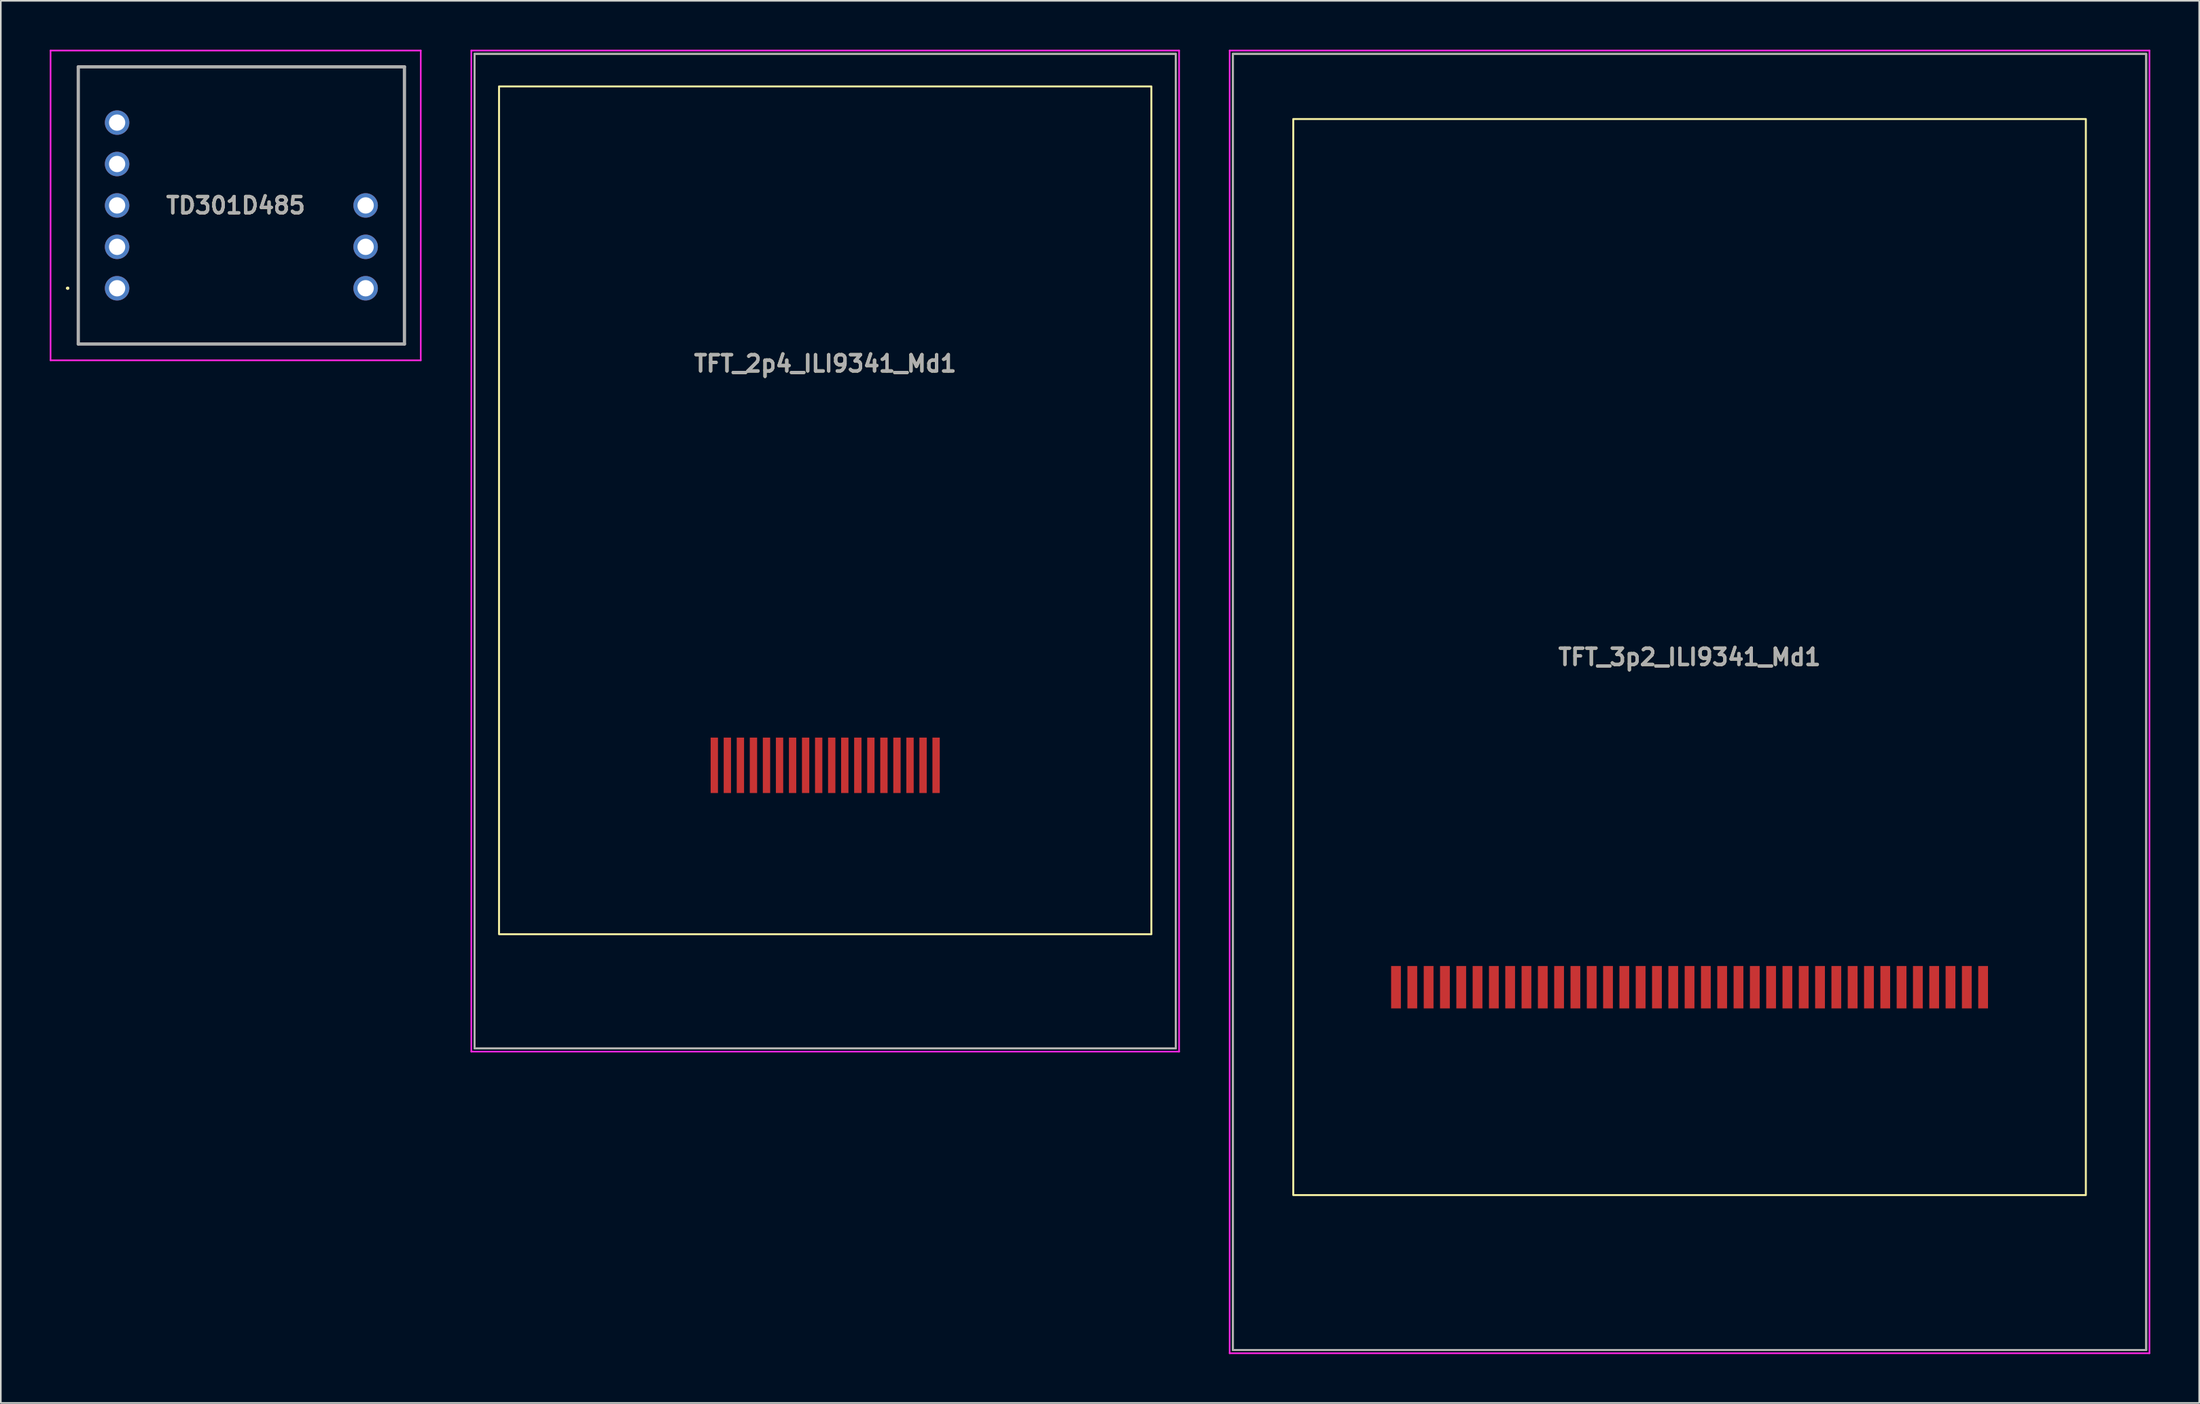
<source format=kicad_pcb>
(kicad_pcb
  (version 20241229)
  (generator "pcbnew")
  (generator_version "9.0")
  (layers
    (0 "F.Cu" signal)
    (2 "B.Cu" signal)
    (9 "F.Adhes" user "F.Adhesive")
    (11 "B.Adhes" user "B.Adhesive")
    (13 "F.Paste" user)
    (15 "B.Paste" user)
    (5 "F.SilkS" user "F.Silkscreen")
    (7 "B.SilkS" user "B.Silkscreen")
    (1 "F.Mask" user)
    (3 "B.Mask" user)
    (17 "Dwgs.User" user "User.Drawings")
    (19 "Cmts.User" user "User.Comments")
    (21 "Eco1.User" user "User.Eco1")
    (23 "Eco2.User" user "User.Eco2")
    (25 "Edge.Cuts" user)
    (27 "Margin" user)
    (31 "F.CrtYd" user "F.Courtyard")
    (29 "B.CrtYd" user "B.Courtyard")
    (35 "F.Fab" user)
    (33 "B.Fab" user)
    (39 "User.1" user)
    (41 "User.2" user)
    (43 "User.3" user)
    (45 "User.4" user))
  (footprint "TFT_3p2_ILI9341_Md1"
    (layer "F.Cu")
    (at 100.55 37.25)
    (property "Reference" "TFT_3p2_ILI9341_Md1" (at 0 0 0) (layer "F.SilkS") (effects (font (size 1 1) (thickness 0.2))))
    (attr smd)
    (fp_rect (start -28 -37) (end 28 42.5) (stroke (width 0.12) (type solid)) (fill no) (layer "F.SilkS"))
    (fp_rect (start -24.3 -33) (end 24.3 33) (stroke (width 0.12) (type solid)) (fill no) (layer "F.SilkS"))
    (fp_line (start -28.2 -37.2) (end -28.2 42.7) (stroke (width 0.1) (type solid)) (layer "F.CrtYd"))
    (fp_line (start -28.2 -37.2) (end 28.2 -37.2) (stroke (width 0.1) (type solid)) (layer "F.CrtYd"))
    (fp_line (start -28.2 42.7) (end 28.2 42.7) (stroke (width 0.1) (type solid)) (layer "F.CrtYd"))
    (fp_line (start 28.2 -37.2) (end 28.2 42.7) (stroke (width 0.1) (type solid)) (layer "F.CrtYd"))
    (fp_line (start -28 -37) (end -28 42.5) (stroke (width 0.12) (type solid)) (layer "F.Fab"))
    (fp_line (start -28 -37) (end 28 -37) (stroke (width 0.12) (type solid)) (layer "F.Fab"))
    (fp_line (start 28 42.5) (end -28 42.5) (stroke (width 0.12) (type solid)) (layer "F.Fab"))
    (fp_line (start 28 42.5) (end 28 -37) (stroke (width 0.12) (type solid)) (layer "F.Fab"))
    (fp_text user "${REFERENCE}" (at 0 0 0) (layer "F.Fab") (effects (font (size 1 1) (thickness 0.2))))
    (pad "1" smd rect (at -18 20.25 180) (size 0.6 2.6) (layers "F.Cu" "F.Mask" "F.Paste"))
    (pad "2" smd rect (at -17 20.25 180) (size 0.6 2.6) (layers "F.Cu" "F.Mask" "F.Paste"))
    (pad "3" smd rect (at -16 20.25 180) (size 0.6 2.6) (layers "F.Cu" "F.Mask" "F.Paste"))
    (pad "4" smd rect (at -15 20.25 180) (size 0.6 2.6) (layers "F.Cu" "F.Mask" "F.Paste"))
    (pad "5" smd rect (at -14 20.25 180) (size 0.6 2.6) (layers "F.Cu" "F.Mask" "F.Paste"))
    (pad "6" smd rect (at -13 20.25 180) (size 0.6 2.6) (layers "F.Cu" "F.Mask" "F.Paste"))
    (pad "7" smd rect (at -12 20.25 180) (size 0.6 2.6) (layers "F.Cu" "F.Mask" "F.Paste"))
    (pad "8" smd rect (at -11 20.25 180) (size 0.6 2.6) (layers "F.Cu" "F.Mask" "F.Paste"))
    (pad "9" smd rect (at -10 20.25 180) (size 0.6 2.6) (layers "F.Cu" "F.Mask" "F.Paste"))
    (pad "10" smd rect (at -9 20.25 180) (size 0.6 2.6) (layers "F.Cu" "F.Mask" "F.Paste"))
    (pad "11" smd rect (at -8 20.25 180) (size 0.6 2.6) (layers "F.Cu" "F.Mask" "F.Paste"))
    (pad "12" smd rect (at -7 20.25 180) (size 0.6 2.6) (layers "F.Cu" "F.Mask" "F.Paste"))
    (pad "13" smd rect (at -6 20.25 180) (size 0.6 2.6) (layers "F.Cu" "F.Mask" "F.Paste"))
    (pad "14" smd rect (at -5 20.25 180) (size 0.6 2.6) (layers "F.Cu" "F.Mask" "F.Paste"))
    (pad "15" smd rect (at -4 20.25 180) (size 0.6 2.6) (layers "F.Cu" "F.Mask" "F.Paste"))
    (pad "16" smd rect (at -3 20.25 180) (size 0.6 2.6) (layers "F.Cu" "F.Mask" "F.Paste"))
    (pad "17" smd rect (at -2 20.25 180) (size 0.6 2.6) (layers "F.Cu" "F.Mask" "F.Paste"))
    (pad "18" smd rect (at -1 20.25 180) (size 0.6 2.6) (layers "F.Cu" "F.Mask" "F.Paste"))
    (pad "19" smd rect (at 0 20.25 180) (size 0.6 2.6) (layers "F.Cu" "F.Mask" "F.Paste"))
    (pad "20" smd rect (at 1 20.25 180) (size 0.6 2.6) (layers "F.Cu" "F.Mask" "F.Paste"))
    (pad "21" smd rect (at 2 20.25 180) (size 0.6 2.6) (layers "F.Cu" "F.Mask" "F.Paste"))
    (pad "22" smd rect (at 3 20.25 180) (size 0.6 2.6) (layers "F.Cu" "F.Mask" "F.Paste"))
    (pad "23" smd rect (at 4 20.25 180) (size 0.6 2.6) (layers "F.Cu" "F.Mask" "F.Paste"))
    (pad "24" smd rect (at 5 20.25 180) (size 0.6 2.6) (layers "F.Cu" "F.Mask" "F.Paste"))
    (pad "25" smd rect (at 6 20.25 180) (size 0.6 2.6) (layers "F.Cu" "F.Mask" "F.Paste"))
    (pad "26" smd rect (at 7 20.25 180) (size 0.6 2.6) (layers "F.Cu" "F.Mask" "F.Paste"))
    (pad "27" smd rect (at 8 20.25 180) (size 0.6 2.6) (layers "F.Cu" "F.Mask" "F.Paste"))
    (pad "28" smd rect (at 9 20.25 180) (size 0.6 2.6) (layers "F.Cu" "F.Mask" "F.Paste"))
    (pad "29" smd rect (at 10 20.25 180) (size 0.6 2.6) (layers "F.Cu" "F.Mask" "F.Paste"))
    (pad "30" smd rect (at 11 20.25 180) (size 0.6 2.6) (layers "F.Cu" "F.Mask" "F.Paste"))
    (pad "31" smd rect (at 12 20.25 180) (size 0.6 2.6) (layers "F.Cu" "F.Mask" "F.Paste"))
    (pad "32" smd rect (at 13 20.25 180) (size 0.6 2.6) (layers "F.Cu" "F.Mask" "F.Paste"))
    (pad "33" smd rect (at 14 20.25 180) (size 0.6 2.6) (layers "F.Cu" "F.Mask" "F.Paste"))
    (pad "34" smd rect (at 15 20.25 180) (size 0.6 2.6) (layers "F.Cu" "F.Mask" "F.Paste"))
    (pad "35" smd rect (at 16 20.25 180) (size 0.6 2.6) (layers "F.Cu" "F.Mask" "F.Paste"))
    (pad "36" smd rect (at 17 20.25 180) (size 0.6 2.6) (layers "F.Cu" "F.Mask" "F.Paste"))
    (pad "37" smd rect (at 18 20.25 180) (size 0.6 2.6) (layers "F.Cu" "F.Mask" "F.Paste")))
  (footprint "TFT_2p4_ILI9341_Md1"
    (layer "F.Cu")
    (at 47.55 19.25)
    (property "Reference" "TFT_2p4_ILI9341_Md1" (at 0 0 0) (layer "F.SilkS") (effects (font (size 1 1) (thickness 0.2))))
    (attr smd)
    (fp_rect (start -21.5 -19) (end 21.5 42) (stroke (width 0.12) (type solid)) (fill no) (layer "F.SilkS"))
    (fp_rect (start -20 -17) (end 20 35) (stroke (width 0.12) (type solid)) (fill no) (layer "F.SilkS"))
    (fp_line (start -21.7 -19.2) (end -21.7 42.2) (stroke (width 0.1) (type solid)) (layer "F.CrtYd"))
    (fp_line (start -21.7 -19.2) (end 21.7 -19.2) (stroke (width 0.1) (type solid)) (layer "F.CrtYd"))
    (fp_line (start -21.7 42.2) (end 21.7 42.2) (stroke (width 0.1) (type solid)) (layer "F.CrtYd"))
    (fp_line (start 21.7 -19.2) (end 21.7 42.2) (stroke (width 0.1) (type solid)) (layer "F.CrtYd"))
    (fp_line (start -21.5 -19) (end -21.5 42) (stroke (width 0.12) (type solid)) (layer "F.Fab"))
    (fp_line (start -21.5 -19) (end 21.5 -19) (stroke (width 0.12) (type solid)) (layer "F.Fab"))
    (fp_line (start 21.5 42) (end -21.5 42) (stroke (width 0.12) (type solid)) (layer "F.Fab"))
    (fp_line (start 21.5 42) (end 21.5 -19) (stroke (width 0.12) (type solid)) (layer "F.Fab"))
    (fp_text user "${REFERENCE}" (at 0 0 0) (layer "F.Fab") (effects (font (size 1 1) (thickness 0.2))))
    (pad "1" smd rect (at -6.8 24.64 180) (size 0.45 3.4) (layers "F.Cu" "F.Mask" "F.Paste"))
    (pad "2" smd rect (at -6 24.64 180) (size 0.45 3.4) (layers "F.Cu" "F.Mask" "F.Paste"))
    (pad "3" smd rect (at -5.2 24.64 180) (size 0.45 3.4) (layers "F.Cu" "F.Mask" "F.Paste"))
    (pad "4" smd rect (at -4.4 24.64 180) (size 0.45 3.4) (layers "F.Cu" "F.Mask" "F.Paste"))
    (pad "5" smd rect (at -3.6 24.64 180) (size 0.45 3.4) (layers "F.Cu" "F.Mask" "F.Paste"))
    (pad "6" smd rect (at -2.8 24.64 180) (size 0.45 3.4) (layers "F.Cu" "F.Mask" "F.Paste"))
    (pad "7" smd rect (at -2 24.64 180) (size 0.45 3.4) (layers "F.Cu" "F.Mask" "F.Paste"))
    (pad "8" smd rect (at -1.2 24.64 180) (size 0.45 3.4) (layers "F.Cu" "F.Mask" "F.Paste"))
    (pad "9" smd rect (at -0.4 24.64 180) (size 0.45 3.4) (layers "F.Cu" "F.Mask" "F.Paste"))
    (pad "10" smd rect (at 0.4 24.64 180) (size 0.45 3.4) (layers "F.Cu" "F.Mask" "F.Paste"))
    (pad "11" smd rect (at 1.2 24.64 180) (size 0.45 3.4) (layers "F.Cu" "F.Mask" "F.Paste"))
    (pad "12" smd rect (at 2 24.64 180) (size 0.45 3.4) (layers "F.Cu" "F.Mask" "F.Paste"))
    (pad "13" smd rect (at 2.8 24.64 180) (size 0.45 3.4) (layers "F.Cu" "F.Mask" "F.Paste"))
    (pad "14" smd rect (at 3.6 24.64 180) (size 0.45 3.4) (layers "F.Cu" "F.Mask" "F.Paste"))
    (pad "15" smd rect (at 4.4 24.64 180) (size 0.45 3.4) (layers "F.Cu" "F.Mask" "F.Paste"))
    (pad "16" smd rect (at 5.2 24.64 180) (size 0.45 3.4) (layers "F.Cu" "F.Mask" "F.Paste"))
    (pad "17" smd rect (at 6 24.64 180) (size 0.45 3.4) (layers "F.Cu" "F.Mask" "F.Paste"))
    (pad "18" smd rect (at 6.8 24.64 180) (size 0.45 3.4) (layers "F.Cu" "F.Mask" "F.Paste")))
  (footprint "TD301D485"
    (layer "F.Cu")
    (at 11.4 9.55)
    (property "Reference" "TD301D485" (at 0 0 0) (layer "F.SilkS") (effects (font (size 1 1) (thickness 0.2))))
    (attr through_hole)
    (fp_line (start -10.35 5.08) (end -10.35 5.08) (stroke (width 0.1) (type solid)) (layer "F.SilkS"))
    (fp_line (start -10.25 5.08) (end -10.25 5.08) (stroke (width 0.1) (type solid)) (layer "F.SilkS"))
    (fp_line (start -10.25 5.08) (end -10.25 5.08) (stroke (width 0.1) (type solid)) (layer "F.SilkS"))
    (fp_line (start -9.65 -8.5) (end -9.65 8.5) (stroke (width 0.1) (type solid)) (layer "F.SilkS"))
    (fp_line (start -9.65 8.5) (end 10.35 8.5) (stroke (width 0.1) (type solid)) (layer "F.SilkS"))
    (fp_line (start 10.35 -8.5) (end -9.65 -8.5) (stroke (width 0.1) (type solid)) (layer "F.SilkS"))
    (fp_line (start 10.35 8.5) (end 10.35 -8.5) (stroke (width 0.1) (type solid)) (layer "F.SilkS"))
    (fp_arc (start -10.35 5.08) (mid -10.3 5.03) (end -10.25 5.08) (stroke (width 0.1) (type solid)) (layer "F.SilkS"))
    (fp_arc (start -10.35 5.08) (mid -10.3 5.03) (end -10.25 5.08) (stroke (width 0.1) (type solid)) (layer "F.SilkS"))
    (fp_arc (start -10.25 5.08) (mid -10.3 5.13) (end -10.35 5.08) (stroke (width 0.1) (type solid)) (layer "F.SilkS"))
    (fp_line (start -11.35 -9.5) (end 11.35 -9.5) (stroke (width 0.1) (type solid)) (layer "F.CrtYd"))
    (fp_line (start -11.35 9.5) (end -11.35 -9.5) (stroke (width 0.1) (type solid)) (layer "F.CrtYd"))
    (fp_line (start 11.35 -9.5) (end 11.35 9.5) (stroke (width 0.1) (type solid)) (layer "F.CrtYd"))
    (fp_line (start 11.35 9.5) (end -11.35 9.5) (stroke (width 0.1) (type solid)) (layer "F.CrtYd"))
    (fp_line (start -9.65 -8.5) (end -9.65 8.5) (stroke (width 0.2) (type solid)) (layer "F.Fab"))
    (fp_line (start -9.65 8.5) (end 10.35 8.5) (stroke (width 0.2) (type solid)) (layer "F.Fab"))
    (fp_line (start 10.35 -8.5) (end -9.65 -8.5) (stroke (width 0.2) (type solid)) (layer "F.Fab"))
    (fp_line (start 10.35 8.5) (end 10.35 -8.5) (stroke (width 0.2) (type solid)) (layer "F.Fab"))
    (fp_text user "${REFERENCE}" (at 0 0 0) (layer "F.Fab") (effects (font (size 1 1) (thickness 0.2))))
    (pad "1" thru_hole circle (at -7.27 5.08) (size 1.5 1.5) (drill 1) (layers "*.Cu" "*.Mask"))
    (pad "2" thru_hole circle (at -7.27 2.54) (size 1.5 1.5) (drill 1) (layers "*.Cu" "*.Mask"))
    (pad "3" thru_hole circle (at -7.27 0) (size 1.5 1.5) (drill 1) (layers "*.Cu" "*.Mask"))
    (pad "4" thru_hole circle (at -7.27 -2.54) (size 1.5 1.5) (drill 1) (layers "*.Cu" "*.Mask"))
    (pad "5" thru_hole circle (at -7.27 -5.08) (size 1.5 1.5) (drill 1) (layers "*.Cu" "*.Mask"))
    (pad "8" thru_hole circle (at 7.97 0) (size 1.5 1.5) (drill 1) (layers "*.Cu" "*.Mask"))
    (pad "9" thru_hole circle (at 7.97 2.54) (size 1.5 1.5) (drill 1) (layers "*.Cu" "*.Mask"))
    (pad "10" thru_hole circle (at 7.97 5.08) (size 1.5 1.5) (drill 1) (layers "*.Cu" "*.Mask")))
  (gr_rect
    (start -3 -3)
    (end 131.8 83)
    (stroke (width 0.1) (type default))
    (fill no)
    (layer "Edge.Cuts")))
</source>
